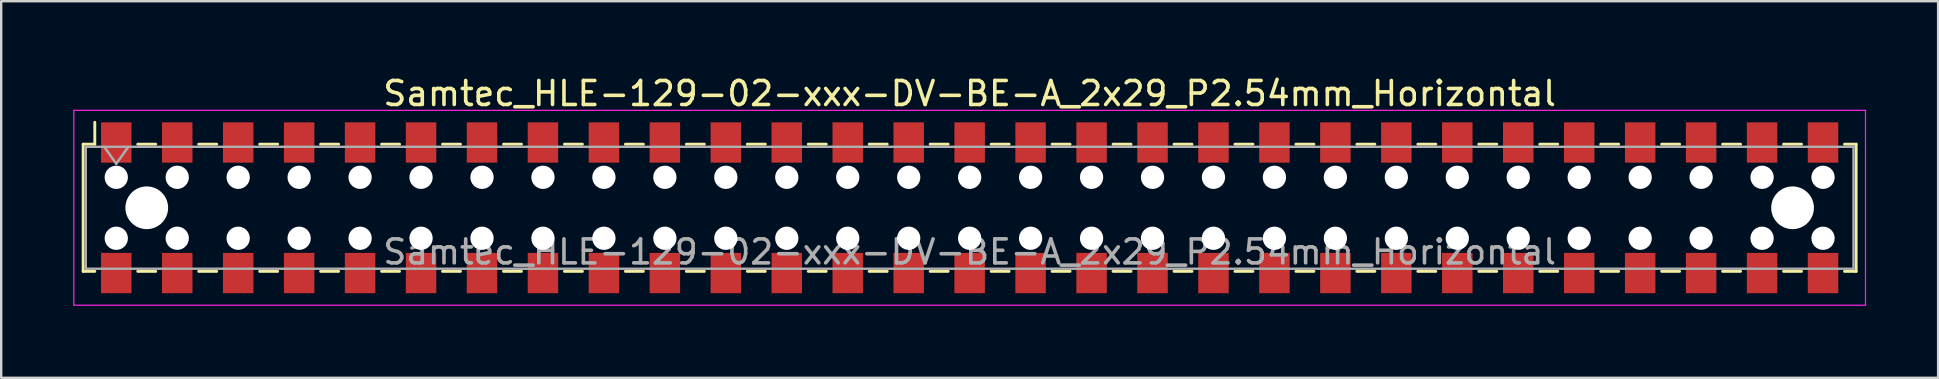
<source format=kicad_pcb>
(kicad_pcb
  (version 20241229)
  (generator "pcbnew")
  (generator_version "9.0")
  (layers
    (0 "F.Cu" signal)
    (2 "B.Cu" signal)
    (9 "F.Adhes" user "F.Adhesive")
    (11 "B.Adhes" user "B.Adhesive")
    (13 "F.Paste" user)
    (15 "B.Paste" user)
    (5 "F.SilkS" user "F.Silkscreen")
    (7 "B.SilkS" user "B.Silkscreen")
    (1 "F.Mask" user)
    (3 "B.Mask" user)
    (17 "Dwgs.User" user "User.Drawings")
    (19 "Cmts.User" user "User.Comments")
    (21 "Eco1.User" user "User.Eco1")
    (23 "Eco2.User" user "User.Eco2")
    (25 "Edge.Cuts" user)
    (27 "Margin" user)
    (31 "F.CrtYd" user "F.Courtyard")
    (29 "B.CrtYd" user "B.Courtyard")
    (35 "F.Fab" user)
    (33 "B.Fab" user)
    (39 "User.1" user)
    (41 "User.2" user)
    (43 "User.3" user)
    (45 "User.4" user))
  (footprint "Samtec_HLE-129-02-xxx-DV-BE-A_2x29_P2.54mm_Horizontal"
    (layer "F.Cu")
    (at 37.355 5.608)
    (property "Reference" "Samtec_HLE-129-02-xxx-DV-BE-A_2x29_P2.54mm_Horizontal" (at 0 -4.76 0) (layer "F.SilkS") (effects (font (size 1 1) (thickness 0.15))))
    (attr smd)
    (fp_line (start -36.94 -2.65) (end -36.94 2.65) (stroke (width 0.12) (type solid)) (layer "F.SilkS"))
    (fp_line (start -36.94 2.65) (end -36.455 2.65) (stroke (width 0.12) (type solid)) (layer "F.SilkS"))
    (fp_line (start -36.455 -3.56) (end -36.455 -2.65) (stroke (width 0.12) (type solid)) (layer "F.SilkS"))
    (fp_line (start -36.455 -2.65) (end -36.94 -2.65) (stroke (width 0.12) (type solid)) (layer "F.SilkS"))
    (fp_line (start -34.665 -2.65) (end -33.915 -2.65) (stroke (width 0.12) (type solid)) (layer "F.SilkS"))
    (fp_line (start -34.665 2.65) (end -33.915 2.65) (stroke (width 0.12) (type solid)) (layer "F.SilkS"))
    (fp_line (start -32.125 -2.65) (end -31.375 -2.65) (stroke (width 0.12) (type solid)) (layer "F.SilkS"))
    (fp_line (start -32.125 2.65) (end -31.375 2.65) (stroke (width 0.12) (type solid)) (layer "F.SilkS"))
    (fp_line (start -29.585 -2.65) (end -28.835 -2.65) (stroke (width 0.12) (type solid)) (layer "F.SilkS"))
    (fp_line (start -29.585 2.65) (end -28.835 2.65) (stroke (width 0.12) (type solid)) (layer "F.SilkS"))
    (fp_line (start -27.045 -2.65) (end -26.295 -2.65) (stroke (width 0.12) (type solid)) (layer "F.SilkS"))
    (fp_line (start -27.045 2.65) (end -26.295 2.65) (stroke (width 0.12) (type solid)) (layer "F.SilkS"))
    (fp_line (start -24.505 -2.65) (end -23.755 -2.65) (stroke (width 0.12) (type solid)) (layer "F.SilkS"))
    (fp_line (start -24.505 2.65) (end -23.755 2.65) (stroke (width 0.12) (type solid)) (layer "F.SilkS"))
    (fp_line (start -21.965 -2.65) (end -21.215 -2.65) (stroke (width 0.12) (type solid)) (layer "F.SilkS"))
    (fp_line (start -21.965 2.65) (end -21.215 2.65) (stroke (width 0.12) (type solid)) (layer "F.SilkS"))
    (fp_line (start -19.425 -2.65) (end -18.675 -2.65) (stroke (width 0.12) (type solid)) (layer "F.SilkS"))
    (fp_line (start -19.425 2.65) (end -18.675 2.65) (stroke (width 0.12) (type solid)) (layer "F.SilkS"))
    (fp_line (start -16.885 -2.65) (end -16.135 -2.65) (stroke (width 0.12) (type solid)) (layer "F.SilkS"))
    (fp_line (start -16.885 2.65) (end -16.135 2.65) (stroke (width 0.12) (type solid)) (layer "F.SilkS"))
    (fp_line (start -14.345 -2.65) (end -13.595 -2.65) (stroke (width 0.12) (type solid)) (layer "F.SilkS"))
    (fp_line (start -14.345 2.65) (end -13.595 2.65) (stroke (width 0.12) (type solid)) (layer "F.SilkS"))
    (fp_line (start -11.805 -2.65) (end -11.055 -2.65) (stroke (width 0.12) (type solid)) (layer "F.SilkS"))
    (fp_line (start -11.805 2.65) (end -11.055 2.65) (stroke (width 0.12) (type solid)) (layer "F.SilkS"))
    (fp_line (start -9.265 -2.65) (end -8.515 -2.65) (stroke (width 0.12) (type solid)) (layer "F.SilkS"))
    (fp_line (start -9.265 2.65) (end -8.515 2.65) (stroke (width 0.12) (type solid)) (layer "F.SilkS"))
    (fp_line (start -6.725 -2.65) (end -5.975 -2.65) (stroke (width 0.12) (type solid)) (layer "F.SilkS"))
    (fp_line (start -6.725 2.65) (end -5.975 2.65) (stroke (width 0.12) (type solid)) (layer "F.SilkS"))
    (fp_line (start -4.185 -2.65) (end -3.435 -2.65) (stroke (width 0.12) (type solid)) (layer "F.SilkS"))
    (fp_line (start -4.185 2.65) (end -3.435 2.65) (stroke (width 0.12) (type solid)) (layer "F.SilkS"))
    (fp_line (start -1.645 -2.65) (end -0.895 -2.65) (stroke (width 0.12) (type solid)) (layer "F.SilkS"))
    (fp_line (start -1.645 2.65) (end -0.895 2.65) (stroke (width 0.12) (type solid)) (layer "F.SilkS"))
    (fp_line (start 0.895 -2.65) (end 1.645 -2.65) (stroke (width 0.12) (type solid)) (layer "F.SilkS"))
    (fp_line (start 0.895 2.65) (end 1.645 2.65) (stroke (width 0.12) (type solid)) (layer "F.SilkS"))
    (fp_line (start 3.435 -2.65) (end 4.185 -2.65) (stroke (width 0.12) (type solid)) (layer "F.SilkS"))
    (fp_line (start 3.435 2.65) (end 4.185 2.65) (stroke (width 0.12) (type solid)) (layer "F.SilkS"))
    (fp_line (start 5.975 -2.65) (end 6.725 -2.65) (stroke (width 0.12) (type solid)) (layer "F.SilkS"))
    (fp_line (start 5.975 2.65) (end 6.725 2.65) (stroke (width 0.12) (type solid)) (layer "F.SilkS"))
    (fp_line (start 8.515 -2.65) (end 9.265 -2.65) (stroke (width 0.12) (type solid)) (layer "F.SilkS"))
    (fp_line (start 8.515 2.65) (end 9.265 2.65) (stroke (width 0.12) (type solid)) (layer "F.SilkS"))
    (fp_line (start 11.055 -2.65) (end 11.805 -2.65) (stroke (width 0.12) (type solid)) (layer "F.SilkS"))
    (fp_line (start 11.055 2.65) (end 11.805 2.65) (stroke (width 0.12) (type solid)) (layer "F.SilkS"))
    (fp_line (start 13.595 -2.65) (end 14.345 -2.65) (stroke (width 0.12) (type solid)) (layer "F.SilkS"))
    (fp_line (start 13.595 2.65) (end 14.345 2.65) (stroke (width 0.12) (type solid)) (layer "F.SilkS"))
    (fp_line (start 16.135 -2.65) (end 16.885 -2.65) (stroke (width 0.12) (type solid)) (layer "F.SilkS"))
    (fp_line (start 16.135 2.65) (end 16.885 2.65) (stroke (width 0.12) (type solid)) (layer "F.SilkS"))
    (fp_line (start 18.675 -2.65) (end 19.425 -2.65) (stroke (width 0.12) (type solid)) (layer "F.SilkS"))
    (fp_line (start 18.675 2.65) (end 19.425 2.65) (stroke (width 0.12) (type solid)) (layer "F.SilkS"))
    (fp_line (start 21.215 -2.65) (end 21.965 -2.65) (stroke (width 0.12) (type solid)) (layer "F.SilkS"))
    (fp_line (start 21.215 2.65) (end 21.965 2.65) (stroke (width 0.12) (type solid)) (layer "F.SilkS"))
    (fp_line (start 23.755 -2.65) (end 24.505 -2.65) (stroke (width 0.12) (type solid)) (layer "F.SilkS"))
    (fp_line (start 23.755 2.65) (end 24.505 2.65) (stroke (width 0.12) (type solid)) (layer "F.SilkS"))
    (fp_line (start 26.295 -2.65) (end 27.045 -2.65) (stroke (width 0.12) (type solid)) (layer "F.SilkS"))
    (fp_line (start 26.295 2.65) (end 27.045 2.65) (stroke (width 0.12) (type solid)) (layer "F.SilkS"))
    (fp_line (start 28.835 -2.65) (end 29.585 -2.65) (stroke (width 0.12) (type solid)) (layer "F.SilkS"))
    (fp_line (start 28.835 2.65) (end 29.585 2.65) (stroke (width 0.12) (type solid)) (layer "F.SilkS"))
    (fp_line (start 31.375 -2.65) (end 32.125 -2.65) (stroke (width 0.12) (type solid)) (layer "F.SilkS"))
    (fp_line (start 31.375 2.65) (end 32.125 2.65) (stroke (width 0.12) (type solid)) (layer "F.SilkS"))
    (fp_line (start 33.915 -2.65) (end 34.665 -2.65) (stroke (width 0.12) (type solid)) (layer "F.SilkS"))
    (fp_line (start 33.915 2.65) (end 34.665 2.65) (stroke (width 0.12) (type solid)) (layer "F.SilkS"))
    (fp_line (start 36.455 -2.65) (end 36.94 -2.65) (stroke (width 0.12) (type solid)) (layer "F.SilkS"))
    (fp_line (start 36.94 -2.65) (end 36.94 2.65) (stroke (width 0.12) (type solid)) (layer "F.SilkS"))
    (fp_line (start 36.94 2.65) (end 36.455 2.65) (stroke (width 0.12) (type solid)) (layer "F.SilkS"))
    (fp_line (start -37.33 -4.06) (end 37.33 -4.06) (stroke (width 0.05) (type solid)) (layer "F.CrtYd"))
    (fp_line (start -37.33 4.06) (end -37.33 -4.06) (stroke (width 0.05) (type solid)) (layer "F.CrtYd"))
    (fp_line (start 37.33 -4.06) (end 37.33 4.06) (stroke (width 0.05) (type solid)) (layer "F.CrtYd"))
    (fp_line (start 37.33 4.06) (end -37.33 4.06) (stroke (width 0.05) (type solid)) (layer "F.CrtYd"))
    (fp_line (start -36.83 -2.54) (end 36.83 -2.54) (stroke (width 0.1) (type solid)) (layer "F.Fab"))
    (fp_line (start -36.83 2.54) (end -36.83 -2.54) (stroke (width 0.1) (type solid)) (layer "F.Fab"))
    (fp_line (start -36.06 -2.54) (end -35.56 -1.833) (stroke (width 0.1) (type solid)) (layer "F.Fab"))
    (fp_line (start -35.56 -1.833) (end -35.06 -2.54) (stroke (width 0.1) (type solid)) (layer "F.Fab"))
    (fp_line (start 36.83 -2.54) (end 36.83 2.54) (stroke (width 0.1) (type solid)) (layer "F.Fab"))
    (fp_line (start 36.83 2.54) (end -36.83 2.54) (stroke (width 0.1) (type solid)) (layer "F.Fab"))
    (fp_text user "${REFERENCE}" (at 0 1.84 0) (layer "F.Fab") (effects (font (size 1 1) (thickness 0.15))))
    (pad "" np_thru_hole circle (at -35.56 -1.27) (size 0.97 0.97) (drill 0.97) (layers "*.Cu" "*.Mask"))
    (pad "" np_thru_hole circle (at -35.56 1.27) (size 0.97 0.97) (drill 0.97) (layers "*.Cu" "*.Mask"))
    (pad "" np_thru_hole circle (at -34.29 0) (size 1.78 1.78) (drill 1.78) (layers "*.Cu" "*.Mask"))
    (pad "" np_thru_hole circle (at -33.02 -1.27) (size 0.97 0.97) (drill 0.97) (layers "*.Cu" "*.Mask"))
    (pad "" np_thru_hole circle (at -33.02 1.27) (size 0.97 0.97) (drill 0.97) (layers "*.Cu" "*.Mask"))
    (pad "" np_thru_hole circle (at -30.48 -1.27) (size 0.97 0.97) (drill 0.97) (layers "*.Cu" "*.Mask"))
    (pad "" np_thru_hole circle (at -30.48 1.27) (size 0.97 0.97) (drill 0.97) (layers "*.Cu" "*.Mask"))
    (pad "" np_thru_hole circle (at -27.94 -1.27) (size 0.97 0.97) (drill 0.97) (layers "*.Cu" "*.Mask"))
    (pad "" np_thru_hole circle (at -27.94 1.27) (size 0.97 0.97) (drill 0.97) (layers "*.Cu" "*.Mask"))
    (pad "" np_thru_hole circle (at -25.4 -1.27) (size 0.97 0.97) (drill 0.97) (layers "*.Cu" "*.Mask"))
    (pad "" np_thru_hole circle (at -25.4 1.27) (size 0.97 0.97) (drill 0.97) (layers "*.Cu" "*.Mask"))
    (pad "" np_thru_hole circle (at -22.86 -1.27) (size 0.97 0.97) (drill 0.97) (layers "*.Cu" "*.Mask"))
    (pad "" np_thru_hole circle (at -22.86 1.27) (size 0.97 0.97) (drill 0.97) (layers "*.Cu" "*.Mask"))
    (pad "" np_thru_hole circle (at -20.32 -1.27) (size 0.97 0.97) (drill 0.97) (layers "*.Cu" "*.Mask"))
    (pad "" np_thru_hole circle (at -20.32 1.27) (size 0.97 0.97) (drill 0.97) (layers "*.Cu" "*.Mask"))
    (pad "" np_thru_hole circle (at -17.78 -1.27) (size 0.97 0.97) (drill 0.97) (layers "*.Cu" "*.Mask"))
    (pad "" np_thru_hole circle (at -17.78 1.27) (size 0.97 0.97) (drill 0.97) (layers "*.Cu" "*.Mask"))
    (pad "" np_thru_hole circle (at -15.24 -1.27) (size 0.97 0.97) (drill 0.97) (layers "*.Cu" "*.Mask"))
    (pad "" np_thru_hole circle (at -15.24 1.27) (size 0.97 0.97) (drill 0.97) (layers "*.Cu" "*.Mask"))
    (pad "" np_thru_hole circle (at -12.7 -1.27) (size 0.97 0.97) (drill 0.97) (layers "*.Cu" "*.Mask"))
    (pad "" np_thru_hole circle (at -12.7 1.27) (size 0.97 0.97) (drill 0.97) (layers "*.Cu" "*.Mask"))
    (pad "" np_thru_hole circle (at -10.16 -1.27) (size 0.97 0.97) (drill 0.97) (layers "*.Cu" "*.Mask"))
    (pad "" np_thru_hole circle (at -10.16 1.27) (size 0.97 0.97) (drill 0.97) (layers "*.Cu" "*.Mask"))
    (pad "" np_thru_hole circle (at -7.62 -1.27) (size 0.97 0.97) (drill 0.97) (layers "*.Cu" "*.Mask"))
    (pad "" np_thru_hole circle (at -7.62 1.27) (size 0.97 0.97) (drill 0.97) (layers "*.Cu" "*.Mask"))
    (pad "" np_thru_hole circle (at -5.08 -1.27) (size 0.97 0.97) (drill 0.97) (layers "*.Cu" "*.Mask"))
    (pad "" np_thru_hole circle (at -5.08 1.27) (size 0.97 0.97) (drill 0.97) (layers "*.Cu" "*.Mask"))
    (pad "" np_thru_hole circle (at -2.54 -1.27) (size 0.97 0.97) (drill 0.97) (layers "*.Cu" "*.Mask"))
    (pad "" np_thru_hole circle (at -2.54 1.27) (size 0.97 0.97) (drill 0.97) (layers "*.Cu" "*.Mask"))
    (pad "" np_thru_hole circle (at 0 -1.27) (size 0.97 0.97) (drill 0.97) (layers "*.Cu" "*.Mask"))
    (pad "" np_thru_hole circle (at 0 1.27) (size 0.97 0.97) (drill 0.97) (layers "*.Cu" "*.Mask"))
    (pad "" np_thru_hole circle (at 2.54 -1.27) (size 0.97 0.97) (drill 0.97) (layers "*.Cu" "*.Mask"))
    (pad "" np_thru_hole circle (at 2.54 1.27) (size 0.97 0.97) (drill 0.97) (layers "*.Cu" "*.Mask"))
    (pad "" np_thru_hole circle (at 5.08 -1.27) (size 0.97 0.97) (drill 0.97) (layers "*.Cu" "*.Mask"))
    (pad "" np_thru_hole circle (at 5.08 1.27) (size 0.97 0.97) (drill 0.97) (layers "*.Cu" "*.Mask"))
    (pad "" np_thru_hole circle (at 7.62 -1.27) (size 0.97 0.97) (drill 0.97) (layers "*.Cu" "*.Mask"))
    (pad "" np_thru_hole circle (at 7.62 1.27) (size 0.97 0.97) (drill 0.97) (layers "*.Cu" "*.Mask"))
    (pad "" np_thru_hole circle (at 10.16 -1.27) (size 0.97 0.97) (drill 0.97) (layers "*.Cu" "*.Mask"))
    (pad "" np_thru_hole circle (at 10.16 1.27) (size 0.97 0.97) (drill 0.97) (layers "*.Cu" "*.Mask"))
    (pad "" np_thru_hole circle (at 12.7 -1.27) (size 0.97 0.97) (drill 0.97) (layers "*.Cu" "*.Mask"))
    (pad "" np_thru_hole circle (at 12.7 1.27) (size 0.97 0.97) (drill 0.97) (layers "*.Cu" "*.Mask"))
    (pad "" np_thru_hole circle (at 15.24 -1.27) (size 0.97 0.97) (drill 0.97) (layers "*.Cu" "*.Mask"))
    (pad "" np_thru_hole circle (at 15.24 1.27) (size 0.97 0.97) (drill 0.97) (layers "*.Cu" "*.Mask"))
    (pad "" np_thru_hole circle (at 17.78 -1.27) (size 0.97 0.97) (drill 0.97) (layers "*.Cu" "*.Mask"))
    (pad "" np_thru_hole circle (at 17.78 1.27) (size 0.97 0.97) (drill 0.97) (layers "*.Cu" "*.Mask"))
    (pad "" np_thru_hole circle (at 20.32 -1.27) (size 0.97 0.97) (drill 0.97) (layers "*.Cu" "*.Mask"))
    (pad "" np_thru_hole circle (at 20.32 1.27) (size 0.97 0.97) (drill 0.97) (layers "*.Cu" "*.Mask"))
    (pad "" np_thru_hole circle (at 22.86 -1.27) (size 0.97 0.97) (drill 0.97) (layers "*.Cu" "*.Mask"))
    (pad "" np_thru_hole circle (at 22.86 1.27) (size 0.97 0.97) (drill 0.97) (layers "*.Cu" "*.Mask"))
    (pad "" np_thru_hole circle (at 25.4 -1.27) (size 0.97 0.97) (drill 0.97) (layers "*.Cu" "*.Mask"))
    (pad "" np_thru_hole circle (at 25.4 1.27) (size 0.97 0.97) (drill 0.97) (layers "*.Cu" "*.Mask"))
    (pad "" np_thru_hole circle (at 27.94 -1.27) (size 0.97 0.97) (drill 0.97) (layers "*.Cu" "*.Mask"))
    (pad "" np_thru_hole circle (at 27.94 1.27) (size 0.97 0.97) (drill 0.97) (layers "*.Cu" "*.Mask"))
    (pad "" np_thru_hole circle (at 30.48 -1.27) (size 0.97 0.97) (drill 0.97) (layers "*.Cu" "*.Mask"))
    (pad "" np_thru_hole circle (at 30.48 1.27) (size 0.97 0.97) (drill 0.97) (layers "*.Cu" "*.Mask"))
    (pad "" np_thru_hole circle (at 33.02 -1.27) (size 0.97 0.97) (drill 0.97) (layers "*.Cu" "*.Mask"))
    (pad "" np_thru_hole circle (at 33.02 1.27) (size 0.97 0.97) (drill 0.97) (layers "*.Cu" "*.Mask"))
    (pad "" np_thru_hole circle (at 34.29 0) (size 1.78 1.78) (drill 1.78) (layers "*.Cu" "*.Mask"))
    (pad "" np_thru_hole circle (at 35.56 -1.27) (size 0.97 0.97) (drill 0.97) (layers "*.Cu" "*.Mask"))
    (pad "" np_thru_hole circle (at 35.56 1.27) (size 0.97 0.97) (drill 0.97) (layers "*.Cu" "*.Mask"))
    (pad "1" smd rect (at -35.56 -2.72) (size 1.27 1.68) (layers "F.Cu" "F.Mask" "F.Paste"))
    (pad "2" smd rect (at -35.56 2.72) (size 1.27 1.68) (layers "F.Cu" "F.Mask" "F.Paste"))
    (pad "3" smd rect (at -33.02 -2.72) (size 1.27 1.68) (layers "F.Cu" "F.Mask" "F.Paste"))
    (pad "4" smd rect (at -33.02 2.72) (size 1.27 1.68) (layers "F.Cu" "F.Mask" "F.Paste"))
    (pad "5" smd rect (at -30.48 -2.72) (size 1.27 1.68) (layers "F.Cu" "F.Mask" "F.Paste"))
    (pad "6" smd rect (at -30.48 2.72) (size 1.27 1.68) (layers "F.Cu" "F.Mask" "F.Paste"))
    (pad "7" smd rect (at -27.94 -2.72) (size 1.27 1.68) (layers "F.Cu" "F.Mask" "F.Paste"))
    (pad "8" smd rect (at -27.94 2.72) (size 1.27 1.68) (layers "F.Cu" "F.Mask" "F.Paste"))
    (pad "9" smd rect (at -25.4 -2.72) (size 1.27 1.68) (layers "F.Cu" "F.Mask" "F.Paste"))
    (pad "10" smd rect (at -25.4 2.72) (size 1.27 1.68) (layers "F.Cu" "F.Mask" "F.Paste"))
    (pad "11" smd rect (at -22.86 -2.72) (size 1.27 1.68) (layers "F.Cu" "F.Mask" "F.Paste"))
    (pad "12" smd rect (at -22.86 2.72) (size 1.27 1.68) (layers "F.Cu" "F.Mask" "F.Paste"))
    (pad "13" smd rect (at -20.32 -2.72) (size 1.27 1.68) (layers "F.Cu" "F.Mask" "F.Paste"))
    (pad "14" smd rect (at -20.32 2.72) (size 1.27 1.68) (layers "F.Cu" "F.Mask" "F.Paste"))
    (pad "15" smd rect (at -17.78 -2.72) (size 1.27 1.68) (layers "F.Cu" "F.Mask" "F.Paste"))
    (pad "16" smd rect (at -17.78 2.72) (size 1.27 1.68) (layers "F.Cu" "F.Mask" "F.Paste"))
    (pad "17" smd rect (at -15.24 -2.72) (size 1.27 1.68) (layers "F.Cu" "F.Mask" "F.Paste"))
    (pad "18" smd rect (at -15.24 2.72) (size 1.27 1.68) (layers "F.Cu" "F.Mask" "F.Paste"))
    (pad "19" smd rect (at -12.7 -2.72) (size 1.27 1.68) (layers "F.Cu" "F.Mask" "F.Paste"))
    (pad "20" smd rect (at -12.7 2.72) (size 1.27 1.68) (layers "F.Cu" "F.Mask" "F.Paste"))
    (pad "21" smd rect (at -10.16 -2.72) (size 1.27 1.68) (layers "F.Cu" "F.Mask" "F.Paste"))
    (pad "22" smd rect (at -10.16 2.72) (size 1.27 1.68) (layers "F.Cu" "F.Mask" "F.Paste"))
    (pad "23" smd rect (at -7.62 -2.72) (size 1.27 1.68) (layers "F.Cu" "F.Mask" "F.Paste"))
    (pad "24" smd rect (at -7.62 2.72) (size 1.27 1.68) (layers "F.Cu" "F.Mask" "F.Paste"))
    (pad "25" smd rect (at -5.08 -2.72) (size 1.27 1.68) (layers "F.Cu" "F.Mask" "F.Paste"))
    (pad "26" smd rect (at -5.08 2.72) (size 1.27 1.68) (layers "F.Cu" "F.Mask" "F.Paste"))
    (pad "27" smd rect (at -2.54 -2.72) (size 1.27 1.68) (layers "F.Cu" "F.Mask" "F.Paste"))
    (pad "28" smd rect (at -2.54 2.72) (size 1.27 1.68) (layers "F.Cu" "F.Mask" "F.Paste"))
    (pad "29" smd rect (at 0 -2.72) (size 1.27 1.68) (layers "F.Cu" "F.Mask" "F.Paste"))
    (pad "30" smd rect (at 0 2.72) (size 1.27 1.68) (layers "F.Cu" "F.Mask" "F.Paste"))
    (pad "31" smd rect (at 2.54 -2.72) (size 1.27 1.68) (layers "F.Cu" "F.Mask" "F.Paste"))
    (pad "32" smd rect (at 2.54 2.72) (size 1.27 1.68) (layers "F.Cu" "F.Mask" "F.Paste"))
    (pad "33" smd rect (at 5.08 -2.72) (size 1.27 1.68) (layers "F.Cu" "F.Mask" "F.Paste"))
    (pad "34" smd rect (at 5.08 2.72) (size 1.27 1.68) (layers "F.Cu" "F.Mask" "F.Paste"))
    (pad "35" smd rect (at 7.62 -2.72) (size 1.27 1.68) (layers "F.Cu" "F.Mask" "F.Paste"))
    (pad "36" smd rect (at 7.62 2.72) (size 1.27 1.68) (layers "F.Cu" "F.Mask" "F.Paste"))
    (pad "37" smd rect (at 10.16 -2.72) (size 1.27 1.68) (layers "F.Cu" "F.Mask" "F.Paste"))
    (pad "38" smd rect (at 10.16 2.72) (size 1.27 1.68) (layers "F.Cu" "F.Mask" "F.Paste"))
    (pad "39" smd rect (at 12.7 -2.72) (size 1.27 1.68) (layers "F.Cu" "F.Mask" "F.Paste"))
    (pad "40" smd rect (at 12.7 2.72) (size 1.27 1.68) (layers "F.Cu" "F.Mask" "F.Paste"))
    (pad "41" smd rect (at 15.24 -2.72) (size 1.27 1.68) (layers "F.Cu" "F.Mask" "F.Paste"))
    (pad "42" smd rect (at 15.24 2.72) (size 1.27 1.68) (layers "F.Cu" "F.Mask" "F.Paste"))
    (pad "43" smd rect (at 17.78 -2.72) (size 1.27 1.68) (layers "F.Cu" "F.Mask" "F.Paste"))
    (pad "44" smd rect (at 17.78 2.72) (size 1.27 1.68) (layers "F.Cu" "F.Mask" "F.Paste"))
    (pad "45" smd rect (at 20.32 -2.72) (size 1.27 1.68) (layers "F.Cu" "F.Mask" "F.Paste"))
    (pad "46" smd rect (at 20.32 2.72) (size 1.27 1.68) (layers "F.Cu" "F.Mask" "F.Paste"))
    (pad "47" smd rect (at 22.86 -2.72) (size 1.27 1.68) (layers "F.Cu" "F.Mask" "F.Paste"))
    (pad "48" smd rect (at 22.86 2.72) (size 1.27 1.68) (layers "F.Cu" "F.Mask" "F.Paste"))
    (pad "49" smd rect (at 25.4 -2.72) (size 1.27 1.68) (layers "F.Cu" "F.Mask" "F.Paste"))
    (pad "50" smd rect (at 25.4 2.72) (size 1.27 1.68) (layers "F.Cu" "F.Mask" "F.Paste"))
    (pad "51" smd rect (at 27.94 -2.72) (size 1.27 1.68) (layers "F.Cu" "F.Mask" "F.Paste"))
    (pad "52" smd rect (at 27.94 2.72) (size 1.27 1.68) (layers "F.Cu" "F.Mask" "F.Paste"))
    (pad "53" smd rect (at 30.48 -2.72) (size 1.27 1.68) (layers "F.Cu" "F.Mask" "F.Paste"))
    (pad "54" smd rect (at 30.48 2.72) (size 1.27 1.68) (layers "F.Cu" "F.Mask" "F.Paste"))
    (pad "55" smd rect (at 33.02 -2.72) (size 1.27 1.68) (layers "F.Cu" "F.Mask" "F.Paste"))
    (pad "56" smd rect (at 33.02 2.72) (size 1.27 1.68) (layers "F.Cu" "F.Mask" "F.Paste"))
    (pad "57" smd rect (at 35.56 -2.72) (size 1.27 1.68) (layers "F.Cu" "F.Mask" "F.Paste"))
    (pad "58" smd rect (at 35.56 2.72) (size 1.27 1.68) (layers "F.Cu" "F.Mask" "F.Paste")))
  (gr_rect
    (start -3 -3)
    (end 77.71 12.693)
    (stroke (width 0.1) (type default))
    (fill no)
    (layer "Edge.Cuts")))
</source>
